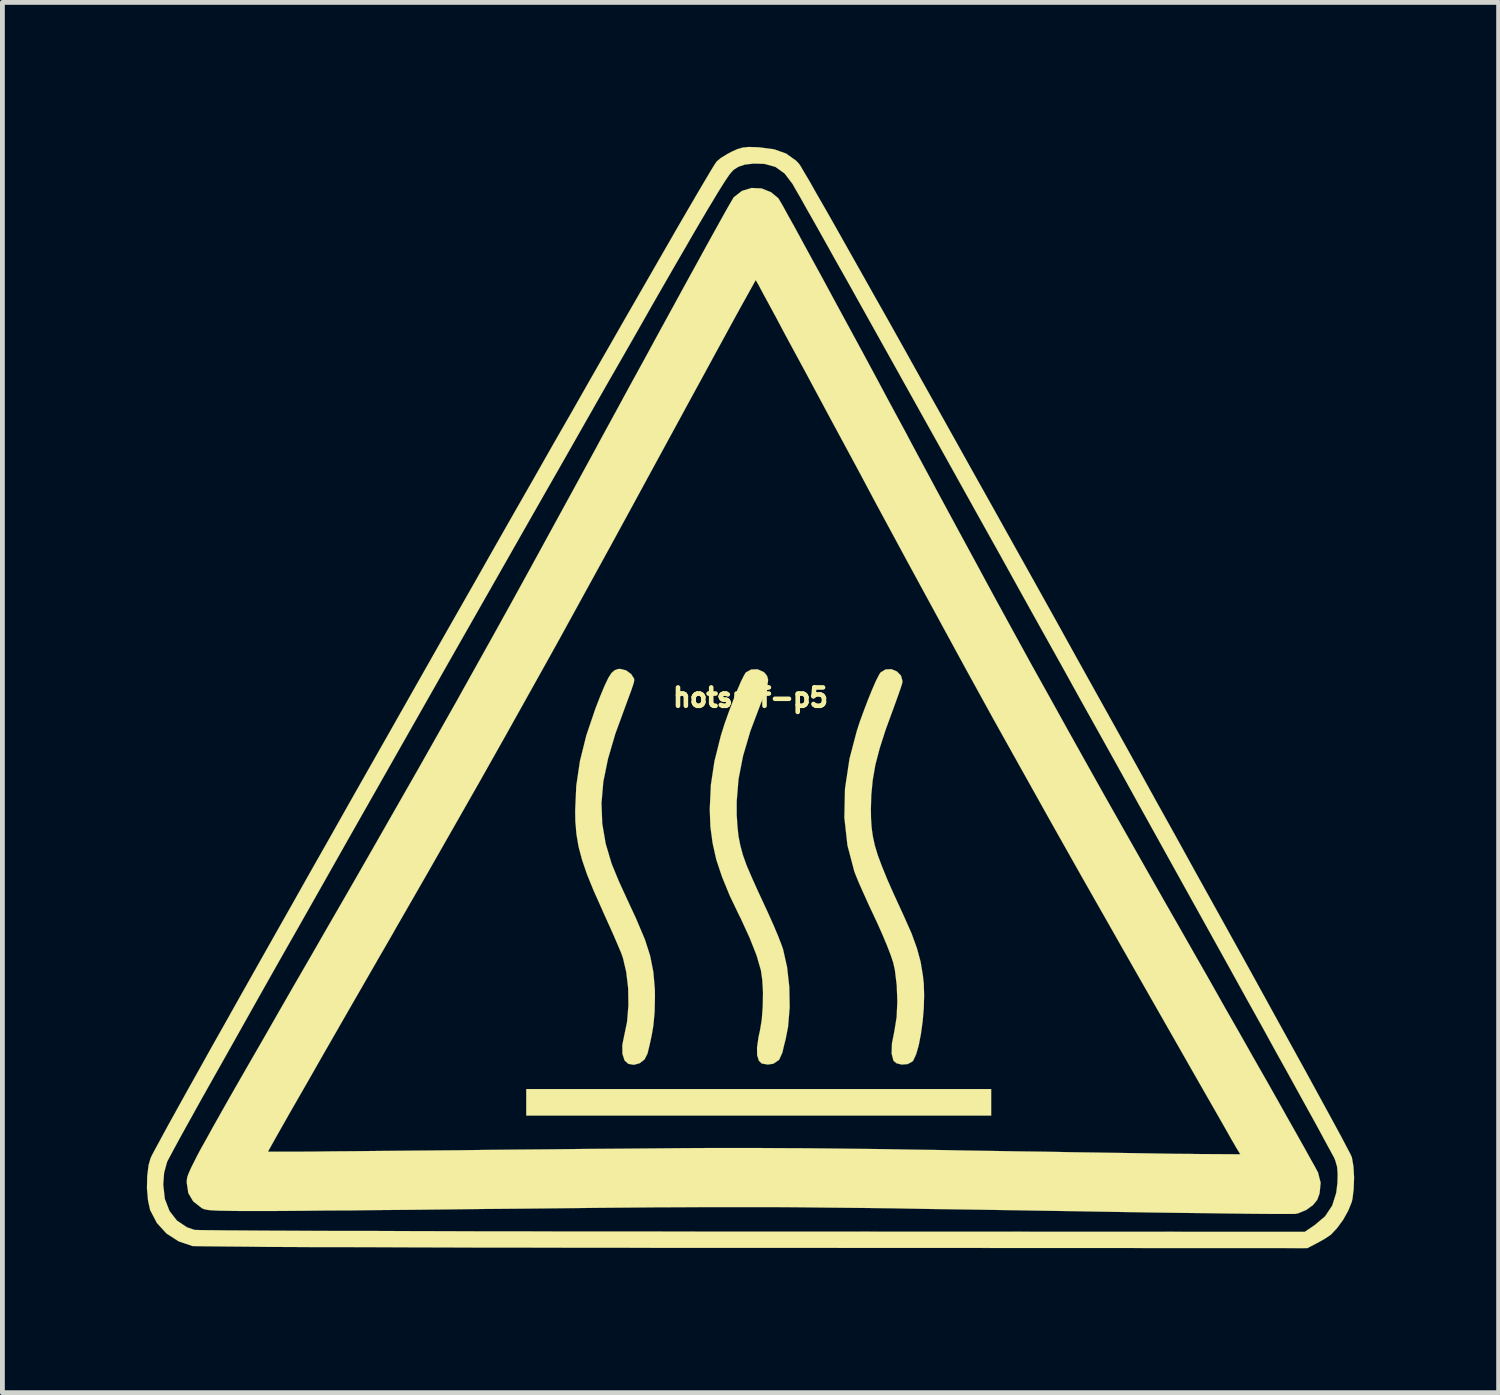
<source format=kicad_pcb>
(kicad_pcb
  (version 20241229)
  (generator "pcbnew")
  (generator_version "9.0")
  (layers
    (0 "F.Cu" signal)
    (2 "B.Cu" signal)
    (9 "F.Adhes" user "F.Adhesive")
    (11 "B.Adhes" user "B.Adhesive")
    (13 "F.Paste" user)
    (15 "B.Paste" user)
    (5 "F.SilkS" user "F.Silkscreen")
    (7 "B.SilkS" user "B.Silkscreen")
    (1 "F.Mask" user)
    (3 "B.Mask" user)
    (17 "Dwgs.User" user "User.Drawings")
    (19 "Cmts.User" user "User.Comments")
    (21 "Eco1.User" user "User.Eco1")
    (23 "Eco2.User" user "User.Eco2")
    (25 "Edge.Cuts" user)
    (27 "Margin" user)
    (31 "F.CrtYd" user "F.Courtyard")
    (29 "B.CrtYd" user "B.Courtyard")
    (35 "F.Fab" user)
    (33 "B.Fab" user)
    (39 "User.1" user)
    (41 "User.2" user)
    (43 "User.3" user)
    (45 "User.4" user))
  (footprint "hotsurf-p5"
    (layer "F.Cu")
    (at 12.531 11.431)
    (property "Reference" "hotsurf-p5" (at 0 0 0) (layer "F.SilkS") (effects (font (size 0.381 0.381) (thickness 0.127))))
    (attr through_hole)
    (fp_poly (pts (xy 4.996 8.679) (xy 0.17 8.679) (xy -4.656 8.679) (xy -4.656 8.402) (xy -4.656 8.128) (xy 0.17 8.128) (xy 4.996 8.128) (xy 4.996 8.402) (xy 4.996 8.679)) (stroke (width 0.003) (type solid)) (fill yes) (layer "F.SilkS"))
    (fp_poly (pts (xy -1.984 6.223) (xy -1.991 6.53) (xy -2.017 6.81) (xy -2.05 7.005) (xy -2.085 7.168) (xy -2.118 7.308) (xy -2.139 7.394) (xy -2.2 7.513) (xy -2.301 7.592) (xy -2.423 7.625) (xy -2.537 7.605) (xy -2.614 7.536) (xy -2.659 7.399) (xy -2.662 7.216) (xy -2.624 7.028) (xy -2.563 6.734) (xy -2.535 6.393) (xy -2.54 6.035) (xy -2.581 5.692) (xy -2.649 5.405) (xy -2.687 5.298) (xy -2.758 5.131) (xy -2.85 4.917) (xy -2.957 4.679) (xy -3.071 4.427) (xy -3.076 4.412) (xy -3.254 4.016) (xy -3.393 3.675) (xy -3.495 3.376) (xy -3.569 3.101) (xy -3.614 2.837) (xy -3.637 2.565) (xy -3.64 2.337) (xy -3.617 1.829) (xy -3.541 1.318) (xy -3.409 0.787) (xy -3.218 0.224) (xy -3.122 -0.023) (xy -3.028 -0.249) (xy -2.951 -0.409) (xy -2.885 -0.511) (xy -2.822 -0.566) (xy -2.753 -0.592) (xy -2.703 -0.594) (xy -2.583 -0.564) (xy -2.479 -0.488) (xy -2.418 -0.394) (xy -2.413 -0.358) (xy -2.428 -0.292) (xy -2.469 -0.168) (xy -2.53 -0.003) (xy -2.598 0.183) (xy -2.807 0.754) (xy -2.959 1.273) (xy -3.056 1.748) (xy -3.094 2.195) (xy -3.078 2.619) (xy -3.007 3.035) (xy -2.883 3.452) (xy -2.731 3.82) (xy -2.624 4.054) (xy -2.502 4.318) (xy -2.385 4.569) (xy -2.352 4.646) (xy -2.192 5.024) (xy -2.083 5.364) (xy -2.017 5.7) (xy -1.986 6.055) (xy -1.984 6.223)) (stroke (width 0.003) (type solid)) (fill yes) (layer "F.SilkS"))
    (fp_poly (pts (xy 0.813 6.429) (xy 0.78 6.833) (xy 0.729 7.094) (xy 0.693 7.234) (xy 0.665 7.358) (xy 0.66 7.374) (xy 0.594 7.521) (xy 0.475 7.602) (xy 0.358 7.62) (xy 0.231 7.597) (xy 0.173 7.539) (xy 0.137 7.424) (xy 0.135 7.267) (xy 0.165 7.054) (xy 0.196 6.914) (xy 0.234 6.683) (xy 0.254 6.408) (xy 0.259 6.121) (xy 0.244 5.86) (xy 0.216 5.664) (xy 0.127 5.357) (xy -0.015 4.996) (xy -0.201 4.59) (xy -0.221 4.552) (xy -0.432 4.112) (xy -0.592 3.721) (xy -0.711 3.363) (xy -0.787 3.023) (xy -0.833 2.682) (xy -0.846 2.324) (xy -0.846 2.309) (xy -0.823 1.814) (xy -0.749 1.323) (xy -0.62 0.808) (xy -0.607 0.762) (xy -0.536 0.538) (xy -0.452 0.302) (xy -0.363 0.066) (xy -0.277 -0.15) (xy -0.198 -0.333) (xy -0.132 -0.465) (xy -0.097 -0.521) (xy 0.013 -0.582) (xy 0.145 -0.587) (xy 0.272 -0.531) (xy 0.3 -0.505) (xy 0.345 -0.445) (xy 0.366 -0.368) (xy 0.353 -0.267) (xy 0.307 -0.119) (xy 0.229 0.086) (xy 0.208 0.137) (xy -0.003 0.696) (xy -0.155 1.212) (xy -0.249 1.694) (xy -0.287 2.156) (xy -0.287 2.433) (xy -0.272 2.664) (xy -0.251 2.87) (xy -0.213 3.066) (xy -0.16 3.264) (xy -0.081 3.485) (xy 0.028 3.739) (xy 0.165 4.044) (xy 0.254 4.234) (xy 0.368 4.481) (xy 0.478 4.727) (xy 0.572 4.95) (xy 0.643 5.133) (xy 0.676 5.227) (xy 0.759 5.596) (xy 0.805 6.007) (xy 0.813 6.429)) (stroke (width 0.003) (type solid)) (fill yes) (layer "F.SilkS"))
    (fp_poly (pts (xy 3.604 6.182) (xy 3.597 6.449) (xy 3.574 6.721) (xy 3.538 6.982) (xy 3.493 7.216) (xy 3.439 7.404) (xy 3.381 7.531) (xy 3.358 7.559) (xy 3.261 7.61) (xy 3.139 7.62) (xy 3.028 7.592) (xy 2.967 7.539) (xy 2.929 7.391) (xy 2.936 7.181) (xy 2.987 6.921) (xy 3.033 6.637) (xy 3.048 6.309) (xy 3.035 5.969) (xy 2.997 5.657) (xy 2.962 5.502) (xy 2.913 5.354) (xy 2.835 5.151) (xy 2.736 4.915) (xy 2.626 4.669) (xy 2.558 4.524) (xy 2.446 4.285) (xy 2.342 4.054) (xy 2.25 3.848) (xy 2.184 3.686) (xy 2.156 3.614) (xy 2.012 3.068) (xy 1.948 2.494) (xy 1.961 1.895) (xy 2.055 1.27) (xy 2.205 0.699) (xy 2.273 0.49) (xy 2.355 0.267) (xy 2.441 0.041) (xy 2.527 -0.17) (xy 2.603 -0.345) (xy 2.667 -0.47) (xy 2.7 -0.521) (xy 2.804 -0.584) (xy 2.926 -0.589) (xy 3.04 -0.541) (xy 3.124 -0.455) (xy 3.155 -0.34) (xy 3.15 -0.302) (xy 3.124 -0.216) (xy 3.076 -0.076) (xy 3.012 0.102) (xy 2.964 0.234) (xy 2.804 0.671) (xy 2.682 1.052) (xy 2.593 1.392) (xy 2.537 1.712) (xy 2.507 2.027) (xy 2.499 2.311) (xy 2.502 2.517) (xy 2.515 2.705) (xy 2.54 2.885) (xy 2.581 3.071) (xy 2.642 3.274) (xy 2.728 3.503) (xy 2.837 3.772) (xy 2.979 4.092) (xy 3.155 4.475) (xy 3.19 4.552) (xy 3.343 4.897) (xy 3.454 5.202) (xy 3.531 5.486) (xy 3.579 5.776) (xy 3.597 5.939) (xy 3.604 6.182)) (stroke (width 0.003) (type solid)) (fill yes) (layer "F.SilkS"))
    (fp_poly (pts (xy 12.53 9.962) (xy 12.522 10.201) (xy 12.497 10.406) (xy 12.482 10.472) (xy 12.41 10.65) (xy 12.304 10.841) (xy 12.189 10.998) (xy 12.189 9.886) (xy 12.177 9.741) (xy 12.141 9.616) (xy 12.121 9.563) (xy 12.09 9.505) (xy 12.019 9.375) (xy 11.913 9.18) (xy 11.773 8.92) (xy 11.598 8.603) (xy 11.392 8.23) (xy 11.158 7.805) (xy 10.897 7.336) (xy 10.612 6.817) (xy 10.302 6.261) (xy 9.975 5.669) (xy 9.627 5.042) (xy 9.263 4.387) (xy 8.885 3.706) (xy 8.496 3.005) (xy 8.095 2.283) (xy 7.689 1.549) (xy 7.275 0.805) (xy 6.855 0.053) (xy 6.436 -0.704) (xy 6.015 -1.458) (xy 5.598 -2.207) (xy 5.187 -2.949) (xy 4.78 -3.678) (xy 4.381 -4.394) (xy 3.995 -5.088) (xy 3.619 -5.761) (xy 3.261 -6.403) (xy 2.918 -7.018) (xy 2.593 -7.6) (xy 2.291 -8.141) (xy 2.012 -8.641) (xy 1.755 -9.096) (xy 1.529 -9.502) (xy 1.331 -9.855) (xy 1.163 -10.15) (xy 1.031 -10.386) (xy 0.932 -10.556) (xy 0.874 -10.66) (xy 0.866 -10.671) (xy 0.706 -10.881) (xy 0.516 -11.016) (xy 0.287 -11.079) (xy 0.066 -11.085) (xy -0.119 -11.064) (xy -0.251 -11.019) (xy -0.345 -10.96) (xy -0.368 -10.937) (xy -0.396 -10.907) (xy -0.434 -10.861) (xy -0.478 -10.798) (xy -0.533 -10.716) (xy -0.599 -10.612) (xy -0.681 -10.48) (xy -0.777 -10.32) (xy -0.892 -10.13) (xy -1.026 -9.903) (xy -1.181 -9.639) (xy -1.356 -9.335) (xy -1.56 -8.984) (xy -1.788 -8.588) (xy -2.045 -8.141) (xy -2.329 -7.64) (xy -2.647 -7.084) (xy -3 -6.469) (xy -3.386 -5.791) (xy -3.807 -5.05) (xy -4.27 -4.239) (xy -4.646 -3.579) (xy -5.347 -2.347) (xy -6.017 -1.171) (xy -6.655 -0.048) (xy -7.262 1.021) (xy -7.836 2.032) (xy -8.377 2.985) (xy -8.882 3.879) (xy -9.355 4.714) (xy -9.794 5.486) (xy -10.196 6.198) (xy -10.561 6.848) (xy -10.889 7.432) (xy -11.181 7.95) (xy -11.435 8.402) (xy -11.648 8.786) (xy -11.824 9.103) (xy -11.958 9.35) (xy -12.052 9.525) (xy -12.106 9.627) (xy -12.113 9.644) (xy -12.174 9.865) (xy -12.192 10.112) (xy -12.159 10.409) (xy -12.062 10.66) (xy -11.908 10.858) (xy -11.699 10.998) (xy -11.542 11.052) (xy -11.488 11.054) (xy -11.354 11.057) (xy -11.143 11.059) (xy -10.856 11.062) (xy -10.5 11.064) (xy -10.076 11.067) (xy -9.588 11.069) (xy -9.04 11.072) (xy -8.435 11.074) (xy -7.777 11.074) (xy -7.069 11.077) (xy -6.317 11.079) (xy -5.519 11.082) (xy -4.684 11.082) (xy -3.813 11.085) (xy -2.908 11.085) (xy -1.976 11.085) (xy -1.021 11.087) (xy -0.041 11.087) (xy 0.048 11.087) (xy 11.506 11.092) (xy 11.709 10.955) (xy 11.928 10.77) (xy 12.075 10.549) (xy 12.159 10.284) (xy 12.184 10.081) (xy 12.189 9.886) (xy 12.189 10.998) (xy 12.179 11.013) (xy 12.057 11.143) (xy 12.035 11.161) (xy 11.92 11.237) (xy 11.778 11.318) (xy 11.737 11.339) (xy 11.562 11.43) (xy 0.076 11.425) (xy -0.907 11.425) (xy -1.869 11.425) (xy -2.804 11.422) (xy -3.713 11.422) (xy -4.592 11.42) (xy -5.433 11.42) (xy -6.236 11.417) (xy -6.998 11.415) (xy -7.714 11.412) (xy -8.379 11.41) (xy -8.992 11.41) (xy -9.55 11.407) (xy -10.048 11.405) (xy -10.483 11.4) (xy -10.851 11.397) (xy -11.148 11.394) (xy -11.372 11.392) (xy -11.516 11.389) (xy -11.582 11.387) (xy -11.585 11.387) (xy -11.872 11.29) (xy -12.123 11.128) (xy -12.324 10.909) (xy -12.459 10.65) (xy -12.466 10.635) (xy -12.509 10.434) (xy -12.53 10.193) (xy -12.525 9.939) (xy -12.497 9.71) (xy -12.456 9.566) (xy -12.423 9.495) (xy -12.349 9.357) (xy -12.238 9.152) (xy -12.093 8.885) (xy -11.913 8.56) (xy -11.702 8.179) (xy -11.46 7.747) (xy -11.194 7.269) (xy -10.899 6.746) (xy -10.584 6.185) (xy -10.246 5.585) (xy -9.891 4.956) (xy -9.517 4.295) (xy -9.131 3.609) (xy -8.73 2.903) (xy -8.321 2.177) (xy -7.902 1.438) (xy -7.475 0.686) (xy -7.046 -0.071) (xy -6.614 -0.833) (xy -6.182 -1.593) (xy -5.751 -2.349) (xy -5.326 -3.099) (xy -4.905 -3.838) (xy -4.493 -4.559) (xy -4.092 -5.265) (xy -3.701 -5.946) (xy -3.327 -6.604) (xy -2.969 -7.229) (xy -2.629 -7.823) (xy -2.309 -8.379) (xy -2.012 -8.895) (xy -1.74 -9.368) (xy -1.496 -9.792) (xy -1.28 -10.163) (xy -1.095 -10.48) (xy -0.942 -10.739) (xy -0.826 -10.935) (xy -0.747 -11.064) (xy -0.706 -11.123) (xy -0.706 -11.125) (xy -0.62 -11.199) (xy -0.488 -11.28) (xy -0.394 -11.331) (xy -0.269 -11.387) (xy -0.163 -11.417) (xy -0.038 -11.43) (xy 0.132 -11.425) (xy 0.185 -11.422) (xy 0.49 -11.382) (xy 0.739 -11.293) (xy 0.945 -11.146) (xy 1.003 -11.085) (xy 1.039 -11.034) (xy 1.11 -10.912) (xy 1.222 -10.724) (xy 1.364 -10.472) (xy 1.542 -10.163) (xy 1.75 -9.797) (xy 1.986 -9.378) (xy 2.25 -8.91) (xy 2.537 -8.4) (xy 2.85 -7.846) (xy 3.18 -7.257) (xy 3.528 -6.632) (xy 3.894 -5.979) (xy 4.275 -5.298) (xy 4.666 -4.597) (xy 5.07 -3.876) (xy 5.481 -3.139) (xy 5.898 -2.393) (xy 6.32 -1.636) (xy 6.741 -0.876) (xy 7.165 -0.114) (xy 7.587 0.643) (xy 8.004 1.394) (xy 8.412 2.134) (xy 8.816 2.86) (xy 9.207 3.569) (xy 9.588 4.255) (xy 9.954 4.915) (xy 10.305 5.547) (xy 10.635 6.147) (xy 10.945 6.711) (xy 11.234 7.234) (xy 11.499 7.714) (xy 11.735 8.146) (xy 11.943 8.527) (xy 12.121 8.854) (xy 12.266 9.121) (xy 12.375 9.329) (xy 12.449 9.469) (xy 12.482 9.54) (xy 12.484 9.545) (xy 12.517 9.733) (xy 12.53 9.962)) (stroke (width 0.003) (type solid)) (fill yes) (layer "F.SilkS"))
    (fp_poly (pts (xy 11.836 10.074) (xy 11.814 10.295) (xy 11.765 10.429) (xy 11.676 10.538) (xy 11.537 10.638) (xy 11.374 10.706) (xy 11.303 10.721) (xy 11.245 10.721) (xy 11.105 10.721) (xy 10.892 10.721) (xy 10.607 10.719) (xy 10.262 10.716) (xy 10.168 10.714) (xy 10.168 9.482) (xy 10.084 9.345) (xy 10.053 9.291) (xy 9.982 9.169) (xy 9.876 8.981) (xy 9.736 8.735) (xy 9.563 8.433) (xy 9.362 8.082) (xy 9.136 7.686) (xy 8.887 7.249) (xy 8.616 6.774) (xy 8.329 6.271) (xy 8.026 5.74) (xy 7.711 5.187) (xy 7.506 4.826) (xy 6.853 3.678) (xy 6.233 2.578) (xy 5.634 1.506) (xy 5.044 0.45) (xy 4.458 -0.615) (xy 3.866 -1.702) (xy 3.254 -2.827) (xy 2.616 -4.008) (xy 2.563 -4.107) (xy 2.256 -4.684) (xy 1.956 -5.24) (xy 1.671 -5.768) (xy 1.402 -6.269) (xy 1.153 -6.734) (xy 0.922 -7.16) (xy 0.716 -7.541) (xy 0.538 -7.877) (xy 0.386 -8.158) (xy 0.264 -8.382) (xy 0.178 -8.545) (xy 0.124 -8.641) (xy 0.109 -8.666) (xy 0.089 -8.633) (xy 0.03 -8.527) (xy -0.064 -8.357) (xy -0.193 -8.125) (xy -0.351 -7.838) (xy -0.536 -7.498) (xy -0.747 -7.112) (xy -0.98 -6.683) (xy -1.237 -6.213) (xy -1.509 -5.712) (xy -1.798 -5.182) (xy -2.101 -4.625) (xy -2.342 -4.181) (xy -2.924 -3.114) (xy -3.48 -2.101) (xy -4.016 -1.125) (xy -4.547 -0.173) (xy -5.075 0.772) (xy -5.613 1.727) (xy -6.17 2.705) (xy -6.751 3.724) (xy -7.369 4.798) (xy -7.407 4.867) (xy -7.737 5.438) (xy -8.054 5.989) (xy -8.357 6.515) (xy -8.641 7.01) (xy -8.908 7.475) (xy -9.149 7.899) (xy -9.368 8.28) (xy -9.561 8.616) (xy -9.721 8.898) (xy -9.85 9.126) (xy -9.944 9.294) (xy -10 9.395) (xy -10.018 9.428) (xy -9.975 9.428) (xy -9.853 9.428) (xy -9.655 9.428) (xy -9.39 9.428) (xy -9.06 9.426) (xy -8.672 9.421) (xy -8.23 9.418) (xy -7.737 9.413) (xy -7.203 9.408) (xy -6.632 9.403) (xy -6.027 9.398) (xy -5.395 9.39) (xy -4.907 9.385) (xy -4.079 9.378) (xy -3.325 9.37) (xy -2.634 9.365) (xy -2.002 9.36) (xy -1.415 9.355) (xy -0.866 9.352) (xy -0.343 9.352) (xy 0.163 9.352) (xy 0.66 9.355) (xy 1.158 9.357) (xy 1.666 9.362) (xy 2.197 9.368) (xy 2.758 9.375) (xy 3.358 9.385) (xy 4.006 9.395) (xy 4.318 9.401) (xy 4.925 9.411) (xy 5.522 9.421) (xy 6.104 9.428) (xy 6.66 9.439) (xy 7.188 9.446) (xy 7.676 9.454) (xy 8.118 9.461) (xy 8.506 9.467) (xy 8.834 9.472) (xy 9.096 9.474) (xy 9.279 9.477) (xy 9.307 9.477) (xy 10.168 9.482) (xy 10.168 10.714) (xy 9.855 10.711) (xy 9.395 10.704) (xy 8.887 10.698) (xy 8.336 10.691) (xy 7.75 10.681) (xy 7.127 10.671) (xy 6.477 10.66) (xy 5.806 10.65) (xy 5.715 10.648) (xy 4.93 10.635) (xy 4.214 10.625) (xy 3.561 10.615) (xy 2.962 10.604) (xy 2.408 10.597) (xy 1.89 10.592) (xy 1.4 10.587) (xy 0.93 10.582) (xy 0.47 10.579) (xy 0.01 10.579) (xy -0.455 10.579) (xy -0.937 10.579) (xy -1.44 10.582) (xy -1.979 10.584) (xy -2.555 10.589) (xy -3.185 10.594) (xy -3.871 10.602) (xy -4.625 10.61) (xy -5.453 10.617) (xy -5.491 10.617) (xy -6.304 10.627) (xy -7.041 10.635) (xy -7.699 10.64) (xy -8.285 10.648) (xy -8.804 10.65) (xy -9.258 10.655) (xy -9.655 10.658) (xy -9.997 10.66) (xy -10.29 10.66) (xy -10.536 10.66) (xy -10.739 10.658) (xy -10.904 10.655) (xy -11.039 10.653) (xy -11.143 10.648) (xy -11.222 10.643) (xy -11.28 10.635) (xy -11.323 10.627) (xy -11.354 10.617) (xy -11.379 10.607) (xy -11.392 10.599) (xy -11.57 10.46) (xy -11.671 10.29) (xy -11.704 10.074) (xy -11.704 10.061) (xy -11.704 10.03) (xy -11.699 9.995) (xy -11.692 9.952) (xy -11.674 9.901) (xy -11.646 9.835) (xy -11.608 9.751) (xy -11.554 9.644) (xy -11.488 9.512) (xy -11.402 9.352) (xy -11.295 9.162) (xy -11.168 8.931) (xy -11.016 8.661) (xy -10.838 8.346) (xy -10.632 7.986) (xy -10.394 7.572) (xy -10.124 7.104) (xy -9.822 6.576) (xy -9.482 5.984) (xy -9.103 5.329) (xy -8.778 4.763) (xy -8.26 3.866) (xy -7.783 3.033) (xy -7.336 2.25) (xy -6.911 1.506) (xy -6.507 0.792) (xy -6.114 0.097) (xy -5.73 -0.592) (xy -5.344 -1.283) (xy -4.953 -1.989) (xy -4.552 -2.718) (xy -4.133 -3.485) (xy -3.688 -4.298) (xy -3.213 -5.169) (xy -3.137 -5.311) (xy -2.807 -5.916) (xy -2.489 -6.502) (xy -2.182 -7.061) (xy -1.892 -7.595) (xy -1.618 -8.095) (xy -1.367 -8.555) (xy -1.135 -8.976) (xy -0.93 -9.35) (xy -0.752 -9.672) (xy -0.602 -9.942) (xy -0.485 -10.152) (xy -0.401 -10.297) (xy -0.356 -10.373) (xy -0.348 -10.386) (xy -0.178 -10.518) (xy 0.023 -10.579) (xy 0.231 -10.569) (xy 0.427 -10.49) (xy 0.577 -10.366) (xy 0.607 -10.317) (xy 0.676 -10.198) (xy 0.777 -10.013) (xy 0.914 -9.769) (xy 1.079 -9.464) (xy 1.273 -9.108) (xy 1.494 -8.705) (xy 1.735 -8.258) (xy 1.999 -7.772) (xy 2.281 -7.252) (xy 2.578 -6.701) (xy 2.888 -6.121) (xy 3.211 -5.524) (xy 3.345 -5.271) (xy 3.818 -4.389) (xy 4.26 -3.571) (xy 4.676 -2.804) (xy 5.07 -2.075) (xy 5.451 -1.379) (xy 5.824 -0.699) (xy 6.198 -0.028) (xy 6.574 0.65) (xy 6.96 1.341) (xy 7.363 2.06) (xy 7.79 2.814) (xy 8.245 3.617) (xy 8.735 4.478) (xy 8.862 4.699) (xy 9.205 5.301) (xy 9.538 5.885) (xy 9.855 6.447) (xy 10.16 6.98) (xy 10.444 7.483) (xy 10.711 7.95) (xy 10.952 8.377) (xy 11.166 8.758) (xy 11.354 9.091) (xy 11.511 9.37) (xy 11.633 9.591) (xy 11.722 9.749) (xy 11.77 9.84) (xy 11.781 9.858) (xy 11.836 10.074)) (stroke (width 0.003) (type solid)) (fill yes) (layer "F.SilkS")))
  (gr_rect
    (start -3 -3)
    (end 28.062 25.863)
    (stroke (width 0.1) (type default))
    (fill no)
    (layer "Edge.Cuts")))
</source>
